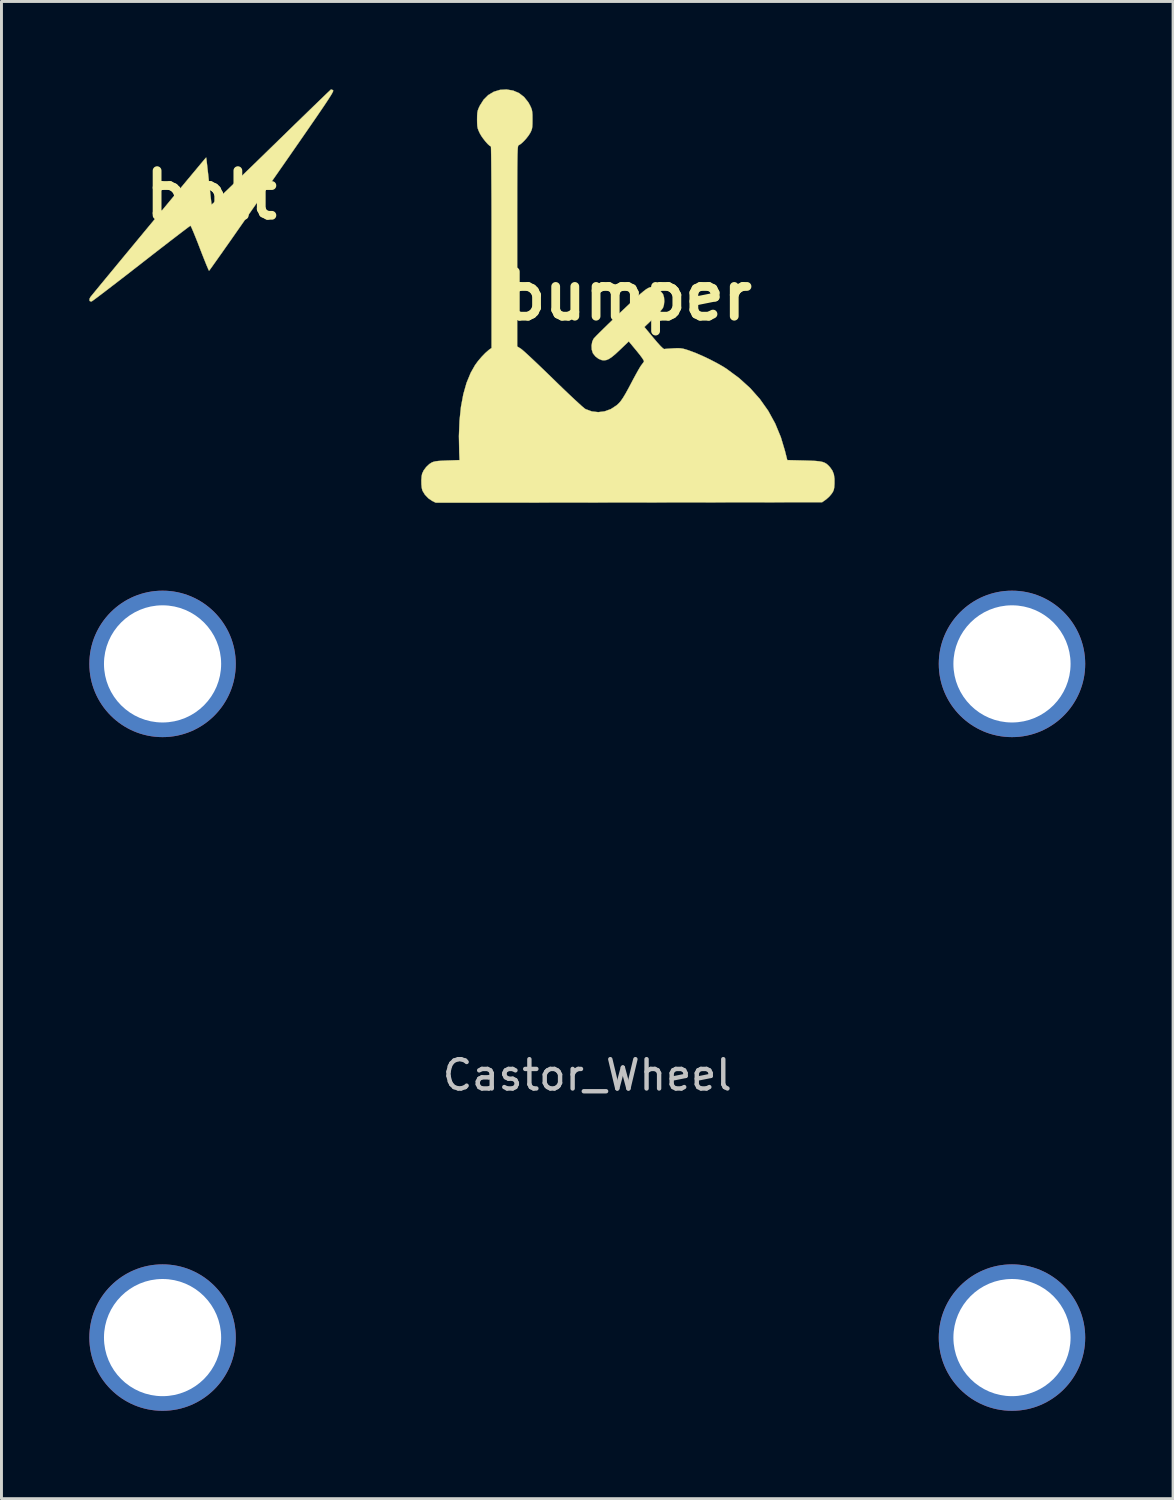
<source format=kicad_pcb>
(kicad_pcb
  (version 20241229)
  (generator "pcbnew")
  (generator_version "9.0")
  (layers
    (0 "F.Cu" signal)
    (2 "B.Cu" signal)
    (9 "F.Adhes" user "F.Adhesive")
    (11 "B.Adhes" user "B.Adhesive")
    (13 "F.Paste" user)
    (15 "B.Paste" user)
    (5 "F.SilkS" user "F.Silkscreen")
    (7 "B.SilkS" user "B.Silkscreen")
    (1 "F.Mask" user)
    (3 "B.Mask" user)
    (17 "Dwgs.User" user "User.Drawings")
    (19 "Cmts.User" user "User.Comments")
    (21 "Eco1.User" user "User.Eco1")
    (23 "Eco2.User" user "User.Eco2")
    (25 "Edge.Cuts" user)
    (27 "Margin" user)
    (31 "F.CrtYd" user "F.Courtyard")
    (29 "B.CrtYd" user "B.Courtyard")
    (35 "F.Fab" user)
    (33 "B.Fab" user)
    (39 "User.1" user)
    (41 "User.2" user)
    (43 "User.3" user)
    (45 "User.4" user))
  (footprint "bumper"
    (layer "F.Cu")
    (at 18.389 7.056)
    (property "Reference" "bumper" (at 0 0 0) (layer "F.SilkS") (effects (font (size 1.524 1.524) (thickness 0.3))))
    (attr through_hole)
    (fp_poly (pts (xy -3.92 -7.014) (xy -3.719 -6.928) (xy -3.546 -6.794) (xy -3.402 -6.613) (xy -3.342 -6.504) (xy -3.305 -6.424) (xy -3.281 -6.355) (xy -3.268 -6.28) (xy -3.261 -6.183) (xy -3.26 -6.048) (xy -3.26 -6.025) (xy -3.261 -5.884) (xy -3.266 -5.783) (xy -3.278 -5.709) (xy -3.3 -5.645) (xy -3.333 -5.576) (xy -3.335 -5.571) (xy -3.396 -5.476) (xy -3.476 -5.373) (xy -3.565 -5.277) (xy -3.65 -5.199) (xy -3.718 -5.154) (xy -3.729 -5.149) (xy -3.737 -5.145) (xy -3.744 -5.137) (xy -3.75 -5.12) (xy -3.756 -5.094) (xy -3.761 -5.053) (xy -3.765 -4.996) (xy -3.768 -4.92) (xy -3.772 -4.821) (xy -3.774 -4.696) (xy -3.776 -4.543) (xy -3.778 -4.359) (xy -3.779 -4.141) (xy -3.78 -3.885) (xy -3.781 -3.589) (xy -3.781 -3.249) (xy -3.782 -2.864) (xy -3.782 -2.429) (xy -3.782 -1.942) (xy -3.782 -1.706) (xy -3.782 1.721) (xy -3.656 1.8) (xy -3.611 1.835) (xy -3.53 1.905) (xy -3.418 2.007) (xy -3.28 2.136) (xy -3.119 2.288) (xy -2.941 2.458) (xy -2.75 2.642) (xy -2.55 2.836) (xy -2.544 2.842) (xy -2.345 3.036) (xy -2.155 3.219) (xy -1.978 3.387) (xy -1.819 3.536) (xy -1.682 3.662) (xy -1.573 3.761) (xy -1.494 3.828) (xy -1.45 3.861) (xy -1.449 3.861) (xy -1.235 3.94) (xy -1.015 3.965) (xy -0.796 3.938) (xy -0.585 3.861) (xy -0.391 3.734) (xy -0.304 3.655) (xy -0.241 3.58) (xy -0.167 3.473) (xy -0.08 3.328) (xy 0.024 3.139) (xy 0.099 2.997) (xy 0.186 2.832) (xy 0.269 2.679) (xy 0.343 2.546) (xy 0.403 2.443) (xy 0.444 2.378) (xy 0.449 2.371) (xy 0.501 2.302) (xy 0.54 2.248) (xy 0.547 2.237) (xy 0.538 2.2) (xy 0.492 2.126) (xy 0.412 2.017) (xy 0.3 1.877) (xy 0.298 1.875) (xy 0.028 1.549) (xy -0.281 1.844) (xy -0.43 1.983) (xy -0.55 2.082) (xy -0.649 2.148) (xy -0.735 2.185) (xy -0.816 2.196) (xy -0.89 2.189) (xy -1.003 2.144) (xy -1.111 2.062) (xy -1.193 1.959) (xy -1.2 1.945) (xy -1.236 1.83) (xy -1.242 1.694) (xy -1.22 1.561) (xy -1.177 1.465) (xy -1.143 1.425) (xy -1.073 1.351) (xy -0.97 1.248) (xy -0.841 1.121) (xy -0.689 0.973) (xy -0.52 0.809) (xy -0.338 0.635) (xy -0.255 0.557) (xy -0.032 0.347) (xy 0.154 0.172) (xy 0.309 0.03) (xy 0.435 -0.082) (xy 0.538 -0.167) (xy 0.621 -0.23) (xy 0.69 -0.271) (xy 0.747 -0.296) (xy 0.798 -0.306) (xy 0.847 -0.306) (xy 0.897 -0.298) (xy 0.906 -0.296) (xy 1.009 -0.251) (xy 1.11 -0.171) (xy 1.189 -0.074) (xy 1.2 -0.054) (xy 1.231 0.049) (xy 1.24 0.178) (xy 1.227 0.307) (xy 1.195 0.404) (xy 1.158 0.456) (xy 1.089 0.536) (xy 0.996 0.636) (xy 0.888 0.744) (xy 0.855 0.776) (xy 0.561 1.058) (xy 0.877 1.439) (xy 1.01 1.596) (xy 1.115 1.711) (xy 1.19 1.783) (xy 1.234 1.811) (xy 1.239 1.811) (xy 1.286 1.805) (xy 1.374 1.798) (xy 1.488 1.791) (xy 1.554 1.787) (xy 1.686 1.781) (xy 1.785 1.784) (xy 1.875 1.797) (xy 1.978 1.825) (xy 2.09 1.862) (xy 2.303 1.941) (xy 2.541 2.044) (xy 2.788 2.161) (xy 3.027 2.285) (xy 3.241 2.406) (xy 3.364 2.484) (xy 3.793 2.801) (xy 4.173 3.145) (xy 4.504 3.518) (xy 4.789 3.92) (xy 5.027 4.355) (xy 5.22 4.821) (xy 5.36 5.288) (xy 5.439 5.602) (xy 6.014 5.616) (xy 6.235 5.623) (xy 6.407 5.631) (xy 6.539 5.645) (xy 6.641 5.665) (xy 6.72 5.694) (xy 6.785 5.734) (xy 6.845 5.788) (xy 6.902 5.851) (xy 6.981 5.964) (xy 7.03 6.09) (xy 7.051 6.241) (xy 7.051 6.41) (xy 7.043 6.531) (xy 7.027 6.615) (xy 6.997 6.685) (xy 6.956 6.749) (xy 6.878 6.842) (xy 6.782 6.93) (xy 6.749 6.956) (xy 6.627 7.041) (xy -6.562 7.056) (xy -6.681 6.997) (xy -6.814 6.907) (xy -6.932 6.783) (xy -7.014 6.648) (xy -7.017 6.642) (xy -7.04 6.551) (xy -7.052 6.425) (xy -7.054 6.285) (xy -7.044 6.153) (xy -7.027 6.066) (xy -6.975 5.954) (xy -6.888 5.838) (xy -6.782 5.738) (xy -6.697 5.683) (xy -6.64 5.661) (xy -6.568 5.644) (xy -6.469 5.632) (xy -6.333 5.623) (xy -6.169 5.616) (xy -5.749 5.602) (xy -5.76 5.348) (xy -5.771 4.783) (xy -5.751 4.261) (xy -5.701 3.783) (xy -5.62 3.35) (xy -5.51 2.963) (xy -5.369 2.622) (xy -5.222 2.362) (xy -5.121 2.223) (xy -4.999 2.08) (xy -4.873 1.949) (xy -4.755 1.845) (xy -4.72 1.819) (xy -4.657 1.775) (xy -4.657 -1.667) (xy -4.657 -2.102) (xy -4.657 -2.522) (xy -4.658 -2.923) (xy -4.659 -3.3) (xy -4.661 -3.652) (xy -4.663 -3.973) (xy -4.665 -4.262) (xy -4.667 -4.514) (xy -4.669 -4.726) (xy -4.672 -4.895) (xy -4.674 -5.017) (xy -4.677 -5.089) (xy -4.68 -5.108) (xy -4.722 -5.13) (xy -4.786 -5.188) (xy -4.861 -5.271) (xy -4.938 -5.368) (xy -5.008 -5.468) (xy -5.06 -5.558) (xy -5.06 -5.559) (xy -5.102 -5.649) (xy -5.129 -5.724) (xy -5.143 -5.802) (xy -5.149 -5.902) (xy -5.151 -6.025) (xy -5.149 -6.16) (xy -5.142 -6.257) (xy -5.127 -6.334) (xy -5.099 -6.41) (xy -5.058 -6.497) (xy -4.929 -6.702) (xy -4.769 -6.861) (xy -4.58 -6.974) (xy -4.367 -7.038) (xy -4.149 -7.051) (xy -3.92 -7.014)) (stroke (width 0.01) (type solid)) (fill yes) (layer "F.SilkS")))
  (footprint "Castor_Wheel"
    (layer "F.Cu")
    (at 17 31.116)
    (property "Reference" "Castor_Wheel" (at 0 2.54 0) (layer "Dwgs.User") (effects (font (size 1 1) (thickness 0.15))))
    (attr through_hole)
    (pad "" thru_hole circle (at -14.5 -11.5) (size 5 5) (drill 4) (layers "*.Cu" "*.Mask"))
    (pad "" thru_hole circle (at -14.5 11.5) (size 5 5) (drill 4) (layers "*.Cu" "*.Mask"))
    (pad "" thru_hole circle (at 14.5 -11.5) (size 5 5) (drill 4) (layers "*.Cu" "*.Mask"))
    (pad "" thru_hole circle (at 14.5 11.5) (size 5 5) (drill 4) (layers "*.Cu" "*.Mask")))
  (footprint "bolt"
    (layer "F.Cu")
    (at 4.164 3.611)
    (property "Reference" "bolt" (at 0 0 0) (layer "F.SilkS") (effects (font (size 1.524 1.524) (thickness 0.3))))
    (attr through_hole)
    (fp_poly (pts (xy 4.125 -3.597) (xy 4.157 -3.578) (xy 4.161 -3.569) (xy 4.159 -3.553) (xy 4.15 -3.526) (xy 4.13 -3.488) (xy 4.1 -3.434) (xy 4.056 -3.364) (xy 3.999 -3.274) (xy 3.926 -3.163) (xy 3.836 -3.028) (xy 3.726 -2.867) (xy 3.597 -2.677) (xy 3.445 -2.457) (xy 3.27 -2.203) (xy 3.07 -1.914) (xy 2.844 -1.588) (xy 2.589 -1.221) (xy 2.305 -0.813) (xy 2.073 -0.48) (xy 1.814 -0.107) (xy 1.563 0.253) (xy 1.323 0.597) (xy 1.095 0.922) (xy 0.882 1.227) (xy 0.686 1.508) (xy 0.507 1.762) (xy 0.349 1.987) (xy 0.212 2.18) (xy 0.1 2.338) (xy 0.014 2.46) (xy -0.045 2.541) (xy -0.074 2.579) (xy -0.077 2.582) (xy -0.092 2.557) (xy -0.123 2.485) (xy -0.17 2.374) (xy -0.228 2.23) (xy -0.296 2.059) (xy -0.37 1.868) (xy -0.391 1.813) (xy -0.466 1.618) (xy -0.537 1.441) (xy -0.599 1.288) (xy -0.65 1.167) (xy -0.687 1.084) (xy -0.709 1.046) (xy -0.711 1.044) (xy -0.737 1.061) (xy -0.804 1.11) (xy -0.908 1.189) (xy -1.047 1.294) (xy -1.215 1.423) (xy -1.411 1.573) (xy -1.629 1.742) (xy -1.868 1.926) (xy -2.122 2.124) (xy -2.389 2.332) (xy -2.657 2.54) (xy -2.913 2.739) (xy -3.153 2.924) (xy -3.374 3.094) (xy -3.572 3.246) (xy -3.743 3.376) (xy -3.884 3.483) (xy -3.992 3.563) (xy -4.062 3.614) (xy -4.091 3.632) (xy -4.142 3.622) (xy -4.159 3.598) (xy -4.157 3.54) (xy -4.128 3.483) (xy -4.099 3.447) (xy -4.038 3.372) (xy -3.947 3.261) (xy -3.83 3.119) (xy -3.689 2.948) (xy -3.527 2.751) (xy -3.346 2.533) (xy -3.151 2.296) (xy -2.942 2.043) (xy -2.724 1.78) (xy -2.498 1.507) (xy -2.269 1.23) (xy -2.038 0.952) (xy -1.808 0.675) (xy -1.583 0.403) (xy -1.365 0.14) (xy -1.156 -0.111) (xy -0.96 -0.347) (xy -0.78 -0.564) (xy -0.617 -0.759) (xy -0.476 -0.928) (xy -0.359 -1.069) (xy -0.268 -1.177) (xy -0.207 -1.249) (xy -0.178 -1.282) (xy -0.176 -1.284) (xy -0.171 -1.256) (xy -0.161 -1.179) (xy -0.147 -1.06) (xy -0.13 -0.906) (xy -0.109 -0.725) (xy -0.087 -0.523) (xy -0.084 -0.491) (xy -0.061 -0.286) (xy -0.04 -0.099) (xy -0.022 0.063) (xy -0.007 0.192) (xy 0.004 0.281) (xy 0.009 0.321) (xy 0.01 0.323) (xy 0.031 0.307) (xy 0.089 0.255) (xy 0.182 0.168) (xy 0.308 0.05) (xy 0.463 -0.098) (xy 0.645 -0.272) (xy 0.851 -0.47) (xy 1.078 -0.689) (xy 1.324 -0.927) (xy 1.586 -1.181) (xy 1.861 -1.449) (xy 2.041 -1.624) (xy 2.324 -1.9) (xy 2.595 -2.164) (xy 2.852 -2.415) (xy 3.093 -2.648) (xy 3.314 -2.863) (xy 3.513 -3.056) (xy 3.687 -3.224) (xy 3.833 -3.365) (xy 3.948 -3.476) (xy 4.031 -3.554) (xy 4.077 -3.598) (xy 4.087 -3.606) (xy 4.125 -3.597)) (stroke (width 0.01) (type solid)) (fill yes) (layer "F.SilkS")))
  (gr_rect
    (start -3 -3)
    (end 37 48.116)
    (stroke (width 0.1) (type default))
    (fill no)
    (layer "Edge.Cuts")))
</source>
